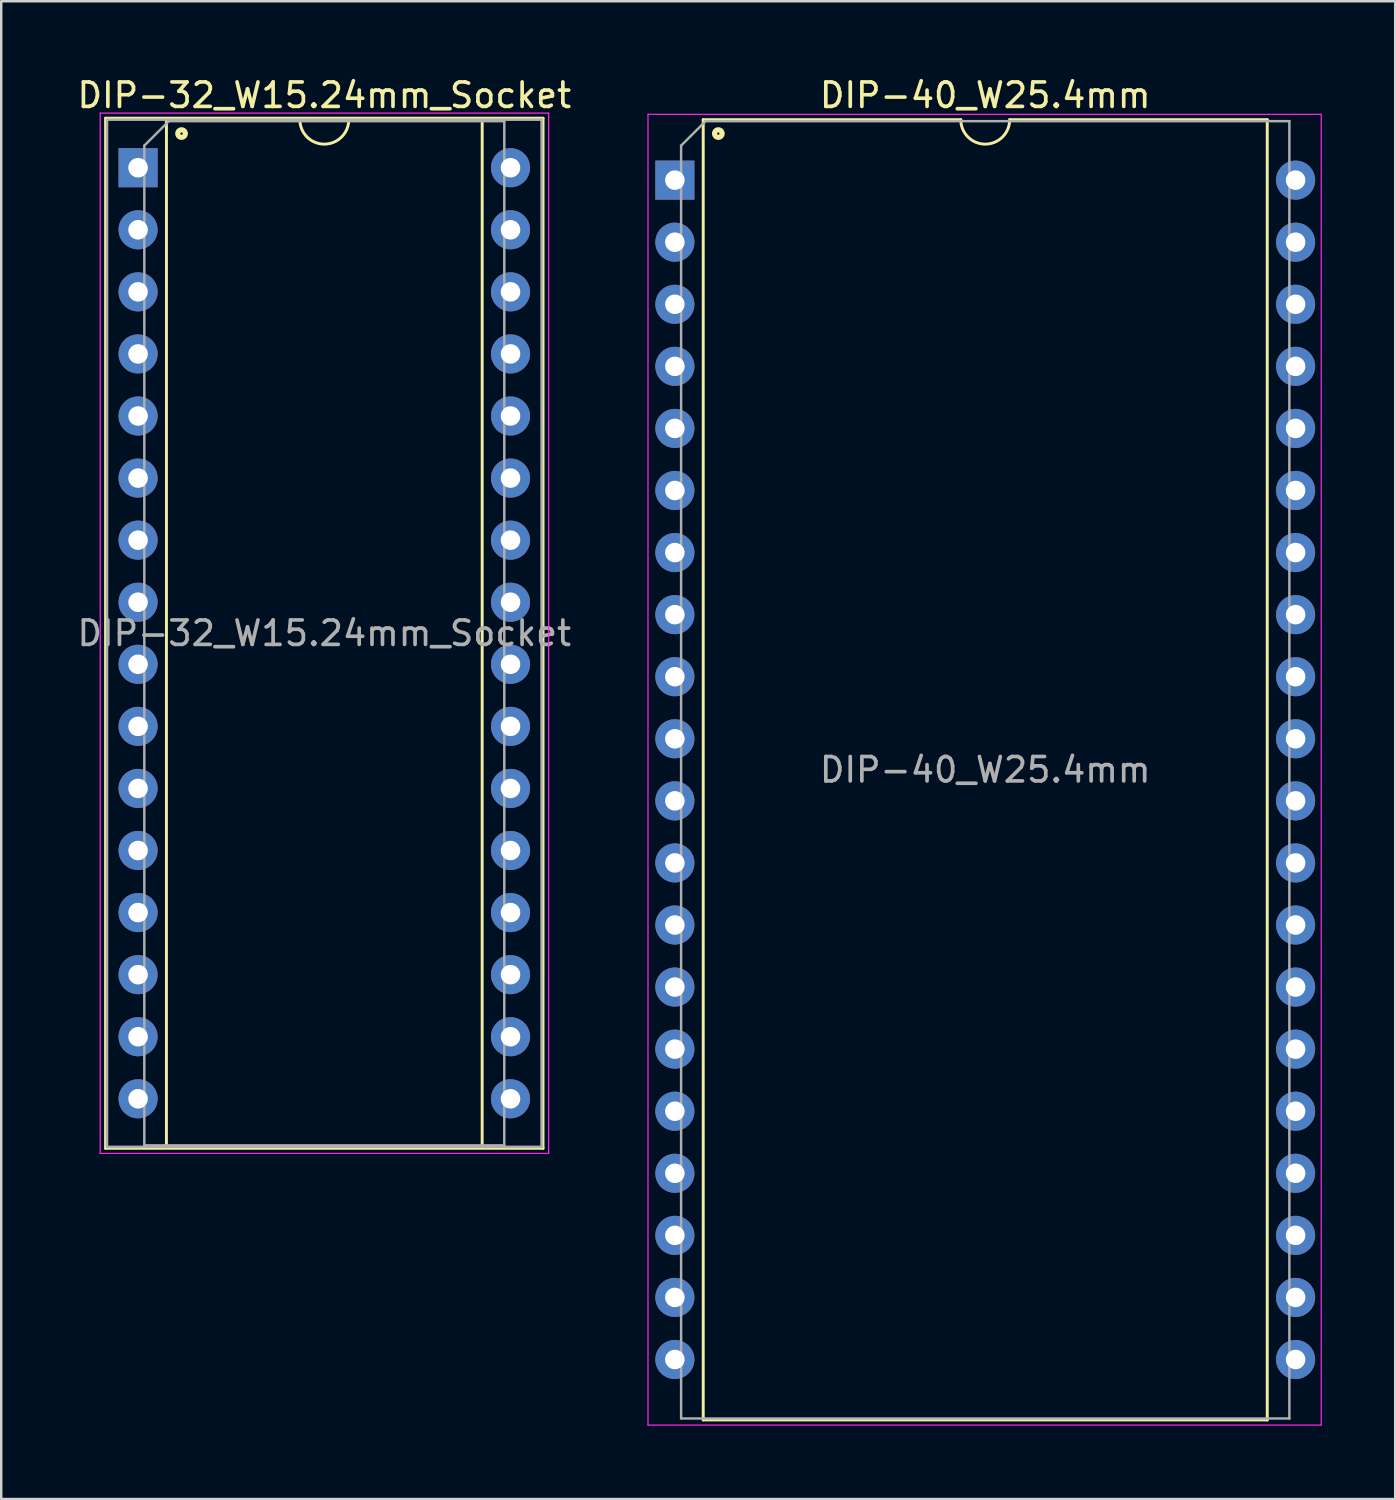
<source format=kicad_pcb>
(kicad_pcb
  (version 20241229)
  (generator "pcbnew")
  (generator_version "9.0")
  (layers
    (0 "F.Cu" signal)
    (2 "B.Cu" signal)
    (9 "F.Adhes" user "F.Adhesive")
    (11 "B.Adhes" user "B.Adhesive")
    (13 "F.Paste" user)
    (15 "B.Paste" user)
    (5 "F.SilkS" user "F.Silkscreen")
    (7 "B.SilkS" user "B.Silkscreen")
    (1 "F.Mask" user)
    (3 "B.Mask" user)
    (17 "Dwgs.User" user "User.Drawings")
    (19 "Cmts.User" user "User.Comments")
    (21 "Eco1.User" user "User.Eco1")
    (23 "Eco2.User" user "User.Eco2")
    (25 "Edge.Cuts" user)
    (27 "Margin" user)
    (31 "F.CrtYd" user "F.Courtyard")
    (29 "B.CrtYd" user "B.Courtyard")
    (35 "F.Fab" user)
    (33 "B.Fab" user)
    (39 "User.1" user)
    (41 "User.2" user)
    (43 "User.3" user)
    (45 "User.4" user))
  (footprint "DIP-40_W25.4mm"
    (layer "F.Cu")
    (at 24.566 4.321)
    (property "Reference" "DIP-40_W25.4mm" (at 12.7 -3.473 0) (layer "F.SilkS") (effects (font (size 1 1) (thickness 0.15))))
    (attr through_hole)
    (fp_line (start 1.16 -2.473) (end 1.16 50.733) (stroke (width 0.12) (type solid)) (layer "F.SilkS"))
    (fp_line (start 1.16 50.733) (end 24.24 50.733) (stroke (width 0.12) (type solid)) (layer "F.SilkS"))
    (fp_line (start 11.7 -2.473) (end 1.16 -2.473) (stroke (width 0.12) (type solid)) (layer "F.SilkS"))
    (fp_line (start 24.24 -2.473) (end 13.7 -2.473) (stroke (width 0.12) (type solid)) (layer "F.SilkS"))
    (fp_line (start 24.24 50.733) (end 24.24 -2.473) (stroke (width 0.12) (type solid)) (layer "F.SilkS"))
    (fp_arc (start 13.7 -2.473) (mid 12.7 -1.473) (end 11.7 -2.473) (stroke (width 0.12) (type solid)) (layer "F.SilkS"))
    (fp_circle (center 1.778 -1.905) (end 1.828 -1.905) (stroke (width 0.12) (type solid)) (fill no) (layer "F.SilkS"))
    (fp_circle (center 1.778 -1.905) (end 1.903 -1.905) (stroke (width 0.12) (type solid)) (fill no) (layer "F.SilkS"))
    (fp_circle (center 1.778 -1.905) (end 1.978 -1.905) (stroke (width 0.12) (type solid)) (fill no) (layer "F.SilkS"))
    (fp_line (start -1.1 -2.693) (end -1.1 50.943) (stroke (width 0.05) (type solid)) (layer "F.CrtYd"))
    (fp_line (start -1.1 50.943) (end 26.45 50.943) (stroke (width 0.05) (type solid)) (layer "F.CrtYd"))
    (fp_line (start 26.45 -2.693) (end -1.1 -2.693) (stroke (width 0.05) (type solid)) (layer "F.CrtYd"))
    (fp_line (start 26.45 50.943) (end 26.45 -2.693) (stroke (width 0.05) (type solid)) (layer "F.CrtYd"))
    (fp_line (start 0.255 -1.413) (end 1.255 -2.413) (stroke (width 0.1) (type solid)) (layer "F.Fab"))
    (fp_line (start 0.255 50.673) (end 0.255 -1.413) (stroke (width 0.1) (type solid)) (layer "F.Fab"))
    (fp_line (start 1.255 -2.413) (end 25.145 -2.413) (stroke (width 0.1) (type solid)) (layer "F.Fab"))
    (fp_line (start 25.145 -2.413) (end 25.145 50.673) (stroke (width 0.1) (type solid)) (layer "F.Fab"))
    (fp_line (start 25.145 50.673) (end 0.255 50.673) (stroke (width 0.1) (type solid)) (layer "F.Fab"))
    (fp_text user "${REFERENCE}" (at 12.7 24.13 0) (layer "F.Fab") (effects (font (size 1 1) (thickness 0.15))))
    (pad "1" thru_hole rect (at 0 0) (size 1.6 1.6) (drill 0.8) (layers "*.Cu" "*.Mask"))
    (pad "2" thru_hole oval (at 0 2.54) (size 1.6 1.6) (drill 0.8) (layers "*.Cu" "*.Mask"))
    (pad "3" thru_hole oval (at 0 5.08) (size 1.6 1.6) (drill 0.8) (layers "*.Cu" "*.Mask"))
    (pad "4" thru_hole oval (at 0 7.62) (size 1.6 1.6) (drill 0.8) (layers "*.Cu" "*.Mask"))
    (pad "5" thru_hole oval (at 0 10.16) (size 1.6 1.6) (drill 0.8) (layers "*.Cu" "*.Mask"))
    (pad "6" thru_hole oval (at 0 12.7) (size 1.6 1.6) (drill 0.8) (layers "*.Cu" "*.Mask"))
    (pad "7" thru_hole oval (at 0 15.24) (size 1.6 1.6) (drill 0.8) (layers "*.Cu" "*.Mask"))
    (pad "8" thru_hole oval (at 0 17.78) (size 1.6 1.6) (drill 0.8) (layers "*.Cu" "*.Mask"))
    (pad "9" thru_hole oval (at 0 20.32) (size 1.6 1.6) (drill 0.8) (layers "*.Cu" "*.Mask"))
    (pad "10" thru_hole oval (at 0 22.86) (size 1.6 1.6) (drill 0.8) (layers "*.Cu" "*.Mask"))
    (pad "11" thru_hole oval (at 0 25.4) (size 1.6 1.6) (drill 0.8) (layers "*.Cu" "*.Mask"))
    (pad "12" thru_hole oval (at 0 27.94) (size 1.6 1.6) (drill 0.8) (layers "*.Cu" "*.Mask"))
    (pad "13" thru_hole oval (at 0 30.48) (size 1.6 1.6) (drill 0.8) (layers "*.Cu" "*.Mask"))
    (pad "14" thru_hole oval (at 0 33.02) (size 1.6 1.6) (drill 0.8) (layers "*.Cu" "*.Mask"))
    (pad "15" thru_hole oval (at 0 35.56) (size 1.6 1.6) (drill 0.8) (layers "*.Cu" "*.Mask"))
    (pad "16" thru_hole oval (at 0 38.1) (size 1.6 1.6) (drill 0.8) (layers "*.Cu" "*.Mask"))
    (pad "17" thru_hole oval (at 0 40.64) (size 1.6 1.6) (drill 0.8) (layers "*.Cu" "*.Mask"))
    (pad "18" thru_hole oval (at 0 43.18) (size 1.6 1.6) (drill 0.8) (layers "*.Cu" "*.Mask"))
    (pad "19" thru_hole oval (at 0 45.72) (size 1.6 1.6) (drill 0.8) (layers "*.Cu" "*.Mask"))
    (pad "20" thru_hole oval (at 0 48.26) (size 1.6 1.6) (drill 0.8) (layers "*.Cu" "*.Mask"))
    (pad "21" thru_hole oval (at 25.4 48.26) (size 1.6 1.6) (drill 0.8) (layers "*.Cu" "*.Mask"))
    (pad "22" thru_hole oval (at 25.4 45.72) (size 1.6 1.6) (drill 0.8) (layers "*.Cu" "*.Mask"))
    (pad "23" thru_hole oval (at 25.4 43.18) (size 1.6 1.6) (drill 0.8) (layers "*.Cu" "*.Mask"))
    (pad "24" thru_hole oval (at 25.4 40.64) (size 1.6 1.6) (drill 0.8) (layers "*.Cu" "*.Mask"))
    (pad "25" thru_hole oval (at 25.4 38.1) (size 1.6 1.6) (drill 0.8) (layers "*.Cu" "*.Mask"))
    (pad "26" thru_hole oval (at 25.4 35.56) (size 1.6 1.6) (drill 0.8) (layers "*.Cu" "*.Mask"))
    (pad "27" thru_hole oval (at 25.4 33.02) (size 1.6 1.6) (drill 0.8) (layers "*.Cu" "*.Mask"))
    (pad "28" thru_hole oval (at 25.4 30.48) (size 1.6 1.6) (drill 0.8) (layers "*.Cu" "*.Mask"))
    (pad "29" thru_hole oval (at 25.4 27.94) (size 1.6 1.6) (drill 0.8) (layers "*.Cu" "*.Mask"))
    (pad "30" thru_hole oval (at 25.4 25.4) (size 1.6 1.6) (drill 0.8) (layers "*.Cu" "*.Mask"))
    (pad "31" thru_hole oval (at 25.4 22.86) (size 1.6 1.6) (drill 0.8) (layers "*.Cu" "*.Mask"))
    (pad "32" thru_hole oval (at 25.4 20.32) (size 1.6 1.6) (drill 0.8) (layers "*.Cu" "*.Mask"))
    (pad "33" thru_hole oval (at 25.4 17.78) (size 1.6 1.6) (drill 0.8) (layers "*.Cu" "*.Mask"))
    (pad "34" thru_hole oval (at 25.4 15.24) (size 1.6 1.6) (drill 0.8) (layers "*.Cu" "*.Mask"))
    (pad "35" thru_hole oval (at 25.4 12.7) (size 1.6 1.6) (drill 0.8) (layers "*.Cu" "*.Mask"))
    (pad "36" thru_hole oval (at 25.4 10.16) (size 1.6 1.6) (drill 0.8) (layers "*.Cu" "*.Mask"))
    (pad "37" thru_hole oval (at 25.4 7.62) (size 1.6 1.6) (drill 0.8) (layers "*.Cu" "*.Mask"))
    (pad "38" thru_hole oval (at 25.4 5.08) (size 1.6 1.6) (drill 0.8) (layers "*.Cu" "*.Mask"))
    (pad "39" thru_hole oval (at 25.4 2.54) (size 1.6 1.6) (drill 0.8) (layers "*.Cu" "*.Mask"))
    (pad "40" thru_hole oval (at 25.4 0) (size 1.6 1.6) (drill 0.8) (layers "*.Cu" "*.Mask")))
  (footprint "DIP-32_W15.24mm_Socket"
    (layer "F.Cu")
    (at 2.6 3.813)
    (property "Reference" "DIP-32_W15.24mm_Socket" (at 7.621 -2.965 0) (layer "F.SilkS") (effects (font (size 1 1) (thickness 0.15))))
    (attr through_hole)
    (fp_line (start -1.33 40.125) (end 16.57 40.125) (stroke (width 0.12) (type solid)) (layer "F.SilkS"))
    (fp_line (start -1.329 -2.025) (end -1.33 40.125) (stroke (width 0.12) (type solid)) (layer "F.SilkS"))
    (fp_line (start 1.16 40.065) (end 14.08 40.065) (stroke (width 0.12) (type solid)) (layer "F.SilkS"))
    (fp_line (start 1.161 -1.965) (end 1.16 40.065) (stroke (width 0.12) (type solid)) (layer "F.SilkS"))
    (fp_line (start 6.621 -1.965) (end 1.161 -1.965) (stroke (width 0.12) (type solid)) (layer "F.SilkS"))
    (fp_line (start 14.08 40.065) (end 14.081 -1.965) (stroke (width 0.12) (type solid)) (layer "F.SilkS"))
    (fp_line (start 14.081 -1.965) (end 8.621 -1.965) (stroke (width 0.12) (type solid)) (layer "F.SilkS"))
    (fp_line (start 16.57 40.125) (end 16.571 -2.025) (stroke (width 0.12) (type solid)) (layer "F.SilkS"))
    (fp_line (start 16.571 -2.025) (end -1.329 -2.025) (stroke (width 0.12) (type solid)) (layer "F.SilkS"))
    (fp_arc (start 8.621 -1.965) (mid 7.621 -0.965) (end 6.621 -1.965) (stroke (width 0.12) (type solid)) (layer "F.SilkS"))
    (fp_circle (center 1.779 -1.397) (end 1.829 -1.397) (stroke (width 0.12) (type solid)) (fill no) (layer "F.SilkS"))
    (fp_circle (center 1.779 -1.397) (end 1.904 -1.397) (stroke (width 0.12) (type solid)) (fill no) (layer "F.SilkS"))
    (fp_circle (center 1.779 -1.397) (end 1.979 -1.397) (stroke (width 0.12) (type solid)) (fill no) (layer "F.SilkS"))
    (fp_line (start -1.55 40.335) (end 16.8 40.335) (stroke (width 0.05) (type solid)) (layer "F.CrtYd"))
    (fp_line (start -1.549 -2.235) (end -1.55 40.335) (stroke (width 0.05) (type solid)) (layer "F.CrtYd"))
    (fp_line (start 16.8 40.335) (end 16.801 -2.235) (stroke (width 0.05) (type solid)) (layer "F.CrtYd"))
    (fp_line (start 16.801 -2.235) (end -1.549 -2.235) (stroke (width 0.05) (type solid)) (layer "F.CrtYd"))
    (fp_line (start -1.27 40.065) (end 16.51 40.065) (stroke (width 0.1) (type solid)) (layer "F.Fab"))
    (fp_line (start -1.269 -1.965) (end -1.27 40.065) (stroke (width 0.1) (type solid)) (layer "F.Fab"))
    (fp_line (start 0.255 40.005) (end 0.256 -0.905) (stroke (width 0.1) (type solid)) (layer "F.Fab"))
    (fp_line (start 0.256 -0.905) (end 1.256 -1.905) (stroke (width 0.1) (type solid)) (layer "F.Fab"))
    (fp_line (start 1.256 -1.905) (end 14.986 -1.905) (stroke (width 0.1) (type solid)) (layer "F.Fab"))
    (fp_line (start 14.985 40.005) (end 0.255 40.005) (stroke (width 0.1) (type solid)) (layer "F.Fab"))
    (fp_line (start 14.986 -1.905) (end 14.985 40.005) (stroke (width 0.1) (type solid)) (layer "F.Fab"))
    (fp_line (start 16.51 40.065) (end 16.511 -1.965) (stroke (width 0.1) (type solid)) (layer "F.Fab"))
    (fp_line (start 16.511 -1.965) (end -1.269 -1.965) (stroke (width 0.1) (type solid)) (layer "F.Fab"))
    (fp_text user "${REFERENCE}" (at 7.62 19.05 0) (layer "F.Fab") (effects (font (size 1 1) (thickness 0.15))))
    (pad "1" thru_hole rect (at 0 0) (size 1.6 1.6) (drill 0.8) (layers "*.Cu" "*.Mask"))
    (pad "2" thru_hole oval (at 0 2.54) (size 1.6 1.6) (drill 0.8) (layers "*.Cu" "*.Mask"))
    (pad "3" thru_hole oval (at 0 5.08) (size 1.6 1.6) (drill 0.8) (layers "*.Cu" "*.Mask"))
    (pad "4" thru_hole oval (at 0 7.62) (size 1.6 1.6) (drill 0.8) (layers "*.Cu" "*.Mask"))
    (pad "5" thru_hole oval (at 0 10.16) (size 1.6 1.6) (drill 0.8) (layers "*.Cu" "*.Mask"))
    (pad "6" thru_hole oval (at 0 12.7) (size 1.6 1.6) (drill 0.8) (layers "*.Cu" "*.Mask"))
    (pad "7" thru_hole oval (at 0 15.24) (size 1.6 1.6) (drill 0.8) (layers "*.Cu" "*.Mask"))
    (pad "8" thru_hole oval (at 0 17.78) (size 1.6 1.6) (drill 0.8) (layers "*.Cu" "*.Mask"))
    (pad "9" thru_hole oval (at 0 20.32) (size 1.6 1.6) (drill 0.8) (layers "*.Cu" "*.Mask"))
    (pad "10" thru_hole oval (at 0 22.86) (size 1.6 1.6) (drill 0.8) (layers "*.Cu" "*.Mask"))
    (pad "11" thru_hole oval (at 0 25.4) (size 1.6 1.6) (drill 0.8) (layers "*.Cu" "*.Mask"))
    (pad "12" thru_hole oval (at 0 27.94) (size 1.6 1.6) (drill 0.8) (layers "*.Cu" "*.Mask"))
    (pad "13" thru_hole oval (at 0 30.48) (size 1.6 1.6) (drill 0.8) (layers "*.Cu" "*.Mask"))
    (pad "14" thru_hole oval (at 0 33.02) (size 1.6 1.6) (drill 0.8) (layers "*.Cu" "*.Mask"))
    (pad "15" thru_hole oval (at 0 35.56) (size 1.6 1.6) (drill 0.8) (layers "*.Cu" "*.Mask"))
    (pad "16" thru_hole oval (at 0 38.1) (size 1.6 1.6) (drill 0.8) (layers "*.Cu" "*.Mask"))
    (pad "17" thru_hole oval (at 15.24 38.1) (size 1.6 1.6) (drill 0.8) (layers "*.Cu" "*.Mask"))
    (pad "18" thru_hole oval (at 15.24 35.56) (size 1.6 1.6) (drill 0.8) (layers "*.Cu" "*.Mask"))
    (pad "19" thru_hole oval (at 15.24 33.02) (size 1.6 1.6) (drill 0.8) (layers "*.Cu" "*.Mask"))
    (pad "20" thru_hole oval (at 15.24 30.48) (size 1.6 1.6) (drill 0.8) (layers "*.Cu" "*.Mask"))
    (pad "21" thru_hole oval (at 15.24 27.94) (size 1.6 1.6) (drill 0.8) (layers "*.Cu" "*.Mask"))
    (pad "22" thru_hole oval (at 15.24 25.4) (size 1.6 1.6) (drill 0.8) (layers "*.Cu" "*.Mask"))
    (pad "23" thru_hole oval (at 15.24 22.86) (size 1.6 1.6) (drill 0.8) (layers "*.Cu" "*.Mask"))
    (pad "24" thru_hole oval (at 15.24 20.32) (size 1.6 1.6) (drill 0.8) (layers "*.Cu" "*.Mask"))
    (pad "25" thru_hole oval (at 15.24 17.78) (size 1.6 1.6) (drill 0.8) (layers "*.Cu" "*.Mask"))
    (pad "26" thru_hole oval (at 15.24 15.24) (size 1.6 1.6) (drill 0.8) (layers "*.Cu" "*.Mask"))
    (pad "27" thru_hole oval (at 15.24 12.7) (size 1.6 1.6) (drill 0.8) (layers "*.Cu" "*.Mask"))
    (pad "28" thru_hole oval (at 15.24 10.16) (size 1.6 1.6) (drill 0.8) (layers "*.Cu" "*.Mask"))
    (pad "29" thru_hole oval (at 15.24 7.62) (size 1.6 1.6) (drill 0.8) (layers "*.Cu" "*.Mask"))
    (pad "30" thru_hole oval (at 15.24 5.08) (size 1.6 1.6) (drill 0.8) (layers "*.Cu" "*.Mask"))
    (pad "31" thru_hole oval (at 15.24 2.54) (size 1.6 1.6) (drill 0.8) (layers "*.Cu" "*.Mask"))
    (pad "32" thru_hole oval (at 15.24 0) (size 1.6 1.6) (drill 0.8) (layers "*.Cu" "*.Mask")))
  (gr_rect
    (start -3 -3)
    (end 54.041 58.289)
    (stroke (width 0.1) (type default))
    (fill no)
    (layer "Edge.Cuts")))
</source>
